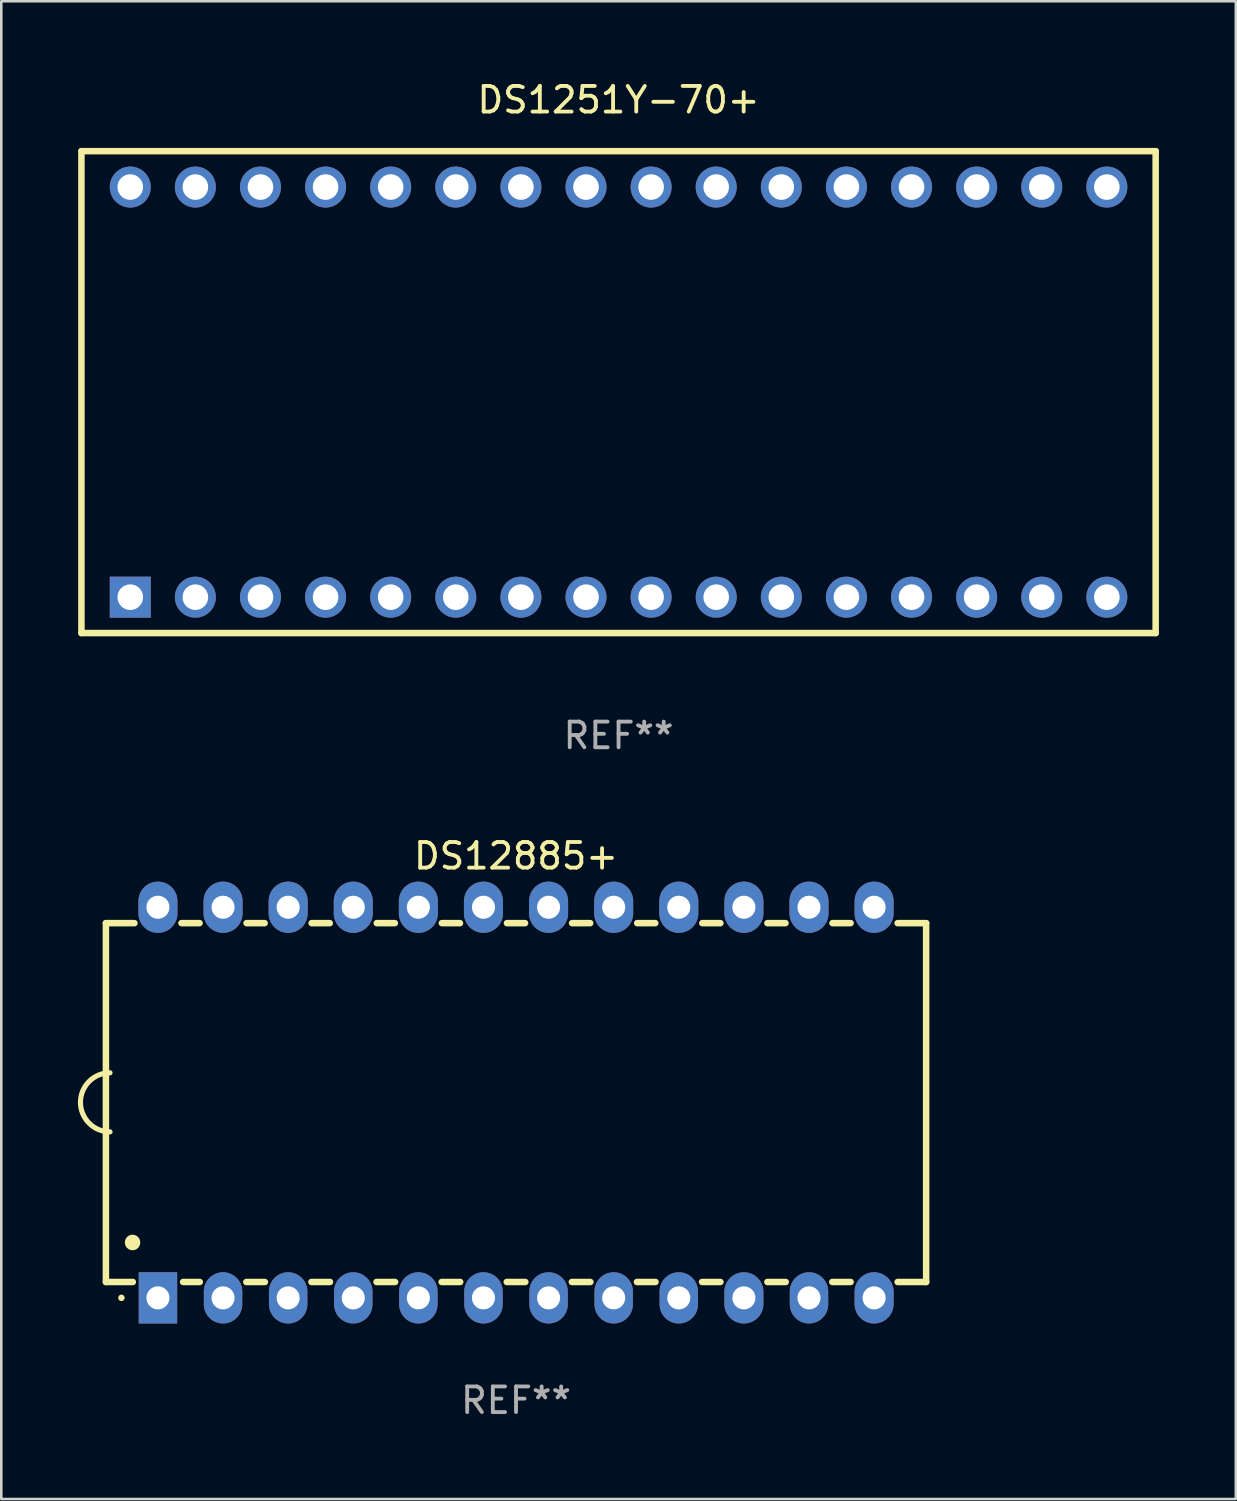
<source format=kicad_pcb>
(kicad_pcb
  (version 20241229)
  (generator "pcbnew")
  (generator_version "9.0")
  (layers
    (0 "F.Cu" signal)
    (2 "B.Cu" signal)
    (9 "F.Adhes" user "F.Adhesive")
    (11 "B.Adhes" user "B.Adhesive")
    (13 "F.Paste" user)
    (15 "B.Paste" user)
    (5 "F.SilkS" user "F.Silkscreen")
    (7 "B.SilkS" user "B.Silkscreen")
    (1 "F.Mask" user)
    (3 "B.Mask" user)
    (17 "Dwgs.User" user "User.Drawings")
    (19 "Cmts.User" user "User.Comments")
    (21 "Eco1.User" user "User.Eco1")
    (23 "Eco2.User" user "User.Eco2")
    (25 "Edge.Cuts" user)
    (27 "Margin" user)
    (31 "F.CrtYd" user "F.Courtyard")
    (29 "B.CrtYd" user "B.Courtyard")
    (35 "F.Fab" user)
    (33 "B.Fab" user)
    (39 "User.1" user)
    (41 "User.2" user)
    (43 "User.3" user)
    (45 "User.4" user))
  (footprint "DS1251Y-70+"
    (layer "F.Cu")
    (at 21.082 12.248)
    (property "Reference" "DS1251Y-70+" (at 0 -11.4 0) (layer "F.SilkS") (effects (font (size 1 1) (thickness 0.15))))
    (attr through_hole)
    (fp_line (start -20.955 -9.4) (end -20.955 9.4) (stroke (width 0.254) (type solid)) (layer "F.SilkS"))
    (fp_line (start -20.955 -9.4) (end 20.955 -9.4) (stroke (width 0.254) (type solid)) (layer "F.SilkS"))
    (fp_line (start -20.955 9.4) (end 20.955 9.4) (stroke (width 0.254) (type solid)) (layer "F.SilkS"))
    (fp_line (start 20.955 -9.4) (end 20.955 9.4) (stroke (width 0.254) (type solid)) (layer "F.SilkS"))
    (fp_text user "REF**" (at 0 13.4 0) (layer "F.Fab") (effects (font (size 1 1) (thickness 0.15))))
    (pad "1" thru_hole rect (at -19.05 8) (size 1.6 1.6) (drill 1) (layers "*.Cu" "*.Mask"))
    (pad "2" thru_hole circle (at -16.51 8) (size 1.6 1.6) (drill 1) (layers "*.Cu" "*.Mask"))
    (pad "3" thru_hole circle (at -13.97 8) (size 1.6 1.6) (drill 1) (layers "*.Cu" "*.Mask"))
    (pad "4" thru_hole circle (at -11.43 8) (size 1.6 1.6) (drill 1) (layers "*.Cu" "*.Mask"))
    (pad "5" thru_hole circle (at -8.89 8) (size 1.6 1.6) (drill 1) (layers "*.Cu" "*.Mask"))
    (pad "6" thru_hole circle (at -6.35 8) (size 1.6 1.6) (drill 1) (layers "*.Cu" "*.Mask"))
    (pad "7" thru_hole circle (at -3.81 8) (size 1.6 1.6) (drill 1) (layers "*.Cu" "*.Mask"))
    (pad "8" thru_hole circle (at -1.27 8) (size 1.6 1.6) (drill 1) (layers "*.Cu" "*.Mask"))
    (pad "9" thru_hole circle (at 1.27 8) (size 1.6 1.6) (drill 1) (layers "*.Cu" "*.Mask"))
    (pad "10" thru_hole circle (at 3.81 8) (size 1.6 1.6) (drill 1) (layers "*.Cu" "*.Mask"))
    (pad "11" thru_hole circle (at 6.35 8) (size 1.6 1.6) (drill 1) (layers "*.Cu" "*.Mask"))
    (pad "12" thru_hole circle (at 8.89 8) (size 1.6 1.6) (drill 1) (layers "*.Cu" "*.Mask"))
    (pad "13" thru_hole circle (at 11.43 8) (size 1.6 1.6) (drill 1) (layers "*.Cu" "*.Mask"))
    (pad "14" thru_hole circle (at 13.97 8) (size 1.6 1.6) (drill 1) (layers "*.Cu" "*.Mask"))
    (pad "15" thru_hole circle (at 16.51 8) (size 1.6 1.6) (drill 1) (layers "*.Cu" "*.Mask"))
    (pad "16" thru_hole circle (at 19.05 8) (size 1.6 1.6) (drill 1) (layers "*.Cu" "*.Mask"))
    (pad "17" thru_hole circle (at 19.05 -8) (size 1.6 1.6) (drill 1) (layers "*.Cu" "*.Mask"))
    (pad "18" thru_hole circle (at 16.51 -8) (size 1.6 1.6) (drill 1) (layers "*.Cu" "*.Mask"))
    (pad "19" thru_hole circle (at 13.97 -8) (size 1.6 1.6) (drill 1) (layers "*.Cu" "*.Mask"))
    (pad "20" thru_hole circle (at 11.43 -8) (size 1.6 1.6) (drill 1) (layers "*.Cu" "*.Mask"))
    (pad "21" thru_hole circle (at 8.89 -8) (size 1.6 1.6) (drill 1) (layers "*.Cu" "*.Mask"))
    (pad "22" thru_hole circle (at 6.35 -8) (size 1.6 1.6) (drill 1) (layers "*.Cu" "*.Mask"))
    (pad "23" thru_hole circle (at 3.81 -8) (size 1.6 1.6) (drill 1) (layers "*.Cu" "*.Mask"))
    (pad "24" thru_hole circle (at 1.27 -8) (size 1.6 1.6) (drill 1) (layers "*.Cu" "*.Mask"))
    (pad "25" thru_hole circle (at -1.27 -8) (size 1.6 1.6) (drill 1) (layers "*.Cu" "*.Mask"))
    (pad "26" thru_hole circle (at -3.81 -8) (size 1.6 1.6) (drill 1) (layers "*.Cu" "*.Mask"))
    (pad "27" thru_hole circle (at -6.35 -8) (size 1.6 1.6) (drill 1) (layers "*.Cu" "*.Mask"))
    (pad "28" thru_hole circle (at -8.89 -8) (size 1.6 1.6) (drill 1) (layers "*.Cu" "*.Mask"))
    (pad "29" thru_hole circle (at -11.43 -8) (size 1.6 1.6) (drill 1) (layers "*.Cu" "*.Mask"))
    (pad "30" thru_hole circle (at -13.97 -8) (size 1.6 1.6) (drill 1) (layers "*.Cu" "*.Mask"))
    (pad "31" thru_hole circle (at -16.51 -8) (size 1.6 1.6) (drill 1) (layers "*.Cu" "*.Mask"))
    (pad "32" thru_hole circle (at -19.05 -8) (size 1.6 1.6) (drill 1) (layers "*.Cu" "*.Mask")))
  (footprint "DS12885+"
    (layer "F.Cu")
    (at 17.082 39.965)
    (property "Reference" "DS12885+" (at 0 -9.62 0) (layer "F.SilkS") (effects (font (size 1 1) (thickness 0.15))))
    (attr through_hole)
    (fp_line (start -16 -7) (end -16 7) (stroke (width 0.254) (type solid)) (layer "F.SilkS"))
    (fp_line (start -16 7) (end -14.951 7) (stroke (width 0.254) (type solid)) (layer "F.SilkS"))
    (fp_line (start -14.887 -7) (end -16 -7) (stroke (width 0.254) (type solid)) (layer "F.SilkS"))
    (fp_line (start -12.989 7) (end -12.339 7) (stroke (width 0.254) (type solid)) (layer "F.SilkS"))
    (fp_line (start -12.347 -7) (end -13.053 -7) (stroke (width 0.254) (type solid)) (layer "F.SilkS"))
    (fp_line (start -10.522 7) (end -9.799 7) (stroke (width 0.254) (type solid)) (layer "F.SilkS"))
    (fp_line (start -9.807 -7) (end -10.513 -7) (stroke (width 0.254) (type solid)) (layer "F.SilkS"))
    (fp_line (start -7.982 7) (end -7.258 7) (stroke (width 0.254) (type solid)) (layer "F.SilkS"))
    (fp_line (start -7.267 -7) (end -7.973 -7) (stroke (width 0.254) (type solid)) (layer "F.SilkS"))
    (fp_line (start -5.442 7) (end -4.718 7) (stroke (width 0.254) (type solid)) (layer "F.SilkS"))
    (fp_line (start -4.727 -7) (end -5.433 -7) (stroke (width 0.254) (type solid)) (layer "F.SilkS"))
    (fp_line (start -2.902 7) (end -2.178 7) (stroke (width 0.254) (type solid)) (layer "F.SilkS"))
    (fp_line (start -2.187 -7) (end -2.893 -7) (stroke (width 0.254) (type solid)) (layer "F.SilkS"))
    (fp_line (start -0.362 7) (end 0.362 7) (stroke (width 0.254) (type solid)) (layer "F.SilkS"))
    (fp_line (start 0.353 -7) (end -0.353 -7) (stroke (width 0.254) (type solid)) (layer "F.SilkS"))
    (fp_line (start 2.178 7) (end 2.902 7) (stroke (width 0.254) (type solid)) (layer "F.SilkS"))
    (fp_line (start 2.893 -7) (end 2.187 -7) (stroke (width 0.254) (type solid)) (layer "F.SilkS"))
    (fp_line (start 4.718 7) (end 5.442 7) (stroke (width 0.254) (type solid)) (layer "F.SilkS"))
    (fp_line (start 5.433 -7) (end 4.727 -7) (stroke (width 0.254) (type solid)) (layer "F.SilkS"))
    (fp_line (start 7.258 7) (end 7.974 7) (stroke (width 0.254) (type solid)) (layer "F.SilkS"))
    (fp_line (start 7.973 -7) (end 7.267 -7) (stroke (width 0.254) (type solid)) (layer "F.SilkS"))
    (fp_line (start 9.807 7) (end 10.522 7) (stroke (width 0.254) (type solid)) (layer "F.SilkS"))
    (fp_line (start 10.513 -7) (end 9.807 -7) (stroke (width 0.254) (type solid)) (layer "F.SilkS"))
    (fp_line (start 12.339 7) (end 13.054 7) (stroke (width 0.254) (type solid)) (layer "F.SilkS"))
    (fp_line (start 13.053 -7) (end 12.347 -7) (stroke (width 0.254) (type solid)) (layer "F.SilkS"))
    (fp_line (start 14.887 7) (end 16 7) (stroke (width 0.254) (type solid)) (layer "F.SilkS"))
    (fp_line (start 16 -7) (end 14.887 -7) (stroke (width 0.254) (type solid)) (layer "F.SilkS"))
    (fp_line (start 16 -7) (end 16 7) (stroke (width 0.254) (type solid)) (layer "F.SilkS"))
    (fp_arc (start -15.840665 1.142901) (mid -16.981638 -0.008991) (end -15.840667 -1.160885) (stroke (width 0.2) (type solid)) (layer "F.SilkS"))
    (fp_arc (start -15.394869 7.619914) (mid -15.394876 7.618644) (end -15.394869 7.617374) (stroke (width 0.25) (type solid)) (layer "F.SilkS"))
    (fp_arc (start -14.960528 5.460909) (mid -14.960539 5.458369) (end -14.960528 5.455829) (stroke (width 0.6) (type solid)) (layer "F.SilkS"))
    (fp_text user "REF**" (at 0 11.62 0) (layer "F.Fab") (effects (font (size 1 1) (thickness 0.15))))
    (pad "1" thru_hole rect (at -13.97 7.62 90) (size 2 1.5) (drill 0.9) (layers "*.Cu" "*.Mask"))
    (pad "2" thru_hole oval (at -11.43 7.62 90) (size 2 1.5) (drill 0.9) (layers "*.Cu" "*.Mask"))
    (pad "3" thru_hole oval (at -8.89 7.62 90) (size 2 1.5) (drill 0.9) (layers "*.Cu" "*.Mask"))
    (pad "4" thru_hole oval (at -6.35 7.62 90) (size 2 1.5) (drill 0.9) (layers "*.Cu" "*.Mask"))
    (pad "5" thru_hole oval (at -3.81 7.62 90) (size 2 1.5) (drill 0.9) (layers "*.Cu" "*.Mask"))
    (pad "6" thru_hole oval (at -1.27 7.62 90) (size 2 1.5) (drill 0.9) (layers "*.Cu" "*.Mask"))
    (pad "7" thru_hole oval (at 1.27 7.62 90) (size 2 1.5) (drill 0.9) (layers "*.Cu" "*.Mask"))
    (pad "8" thru_hole oval (at 3.81 7.62 90) (size 2 1.5) (drill 0.9) (layers "*.Cu" "*.Mask"))
    (pad "9" thru_hole oval (at 6.35 7.62 90) (size 2 1.5) (drill 0.9) (layers "*.Cu" "*.Mask"))
    (pad "10" thru_hole oval (at 8.89 7.62 90) (size 2 1.524) (drill 0.9) (layers "*.Cu" "*.Mask"))
    (pad "11" thru_hole oval (at 11.43 7.62 90) (size 2 1.5) (drill 0.9) (layers "*.Cu" "*.Mask"))
    (pad "12" thru_hole oval (at 13.97 7.62 90) (size 2 1.524) (drill 0.9) (layers "*.Cu" "*.Mask"))
    (pad "13" thru_hole oval (at 13.97 -7.62 90) (size 2 1.524) (drill 0.9) (layers "*.Cu" "*.Mask"))
    (pad "14" thru_hole oval (at 11.43 -7.62 90) (size 2 1.524) (drill 0.9) (layers "*.Cu" "*.Mask"))
    (pad "15" thru_hole oval (at 8.89 -7.62 90) (size 2 1.524) (drill 0.9) (layers "*.Cu" "*.Mask"))
    (pad "16" thru_hole oval (at 6.35 -7.62 90) (size 2 1.524) (drill 0.9) (layers "*.Cu" "*.Mask"))
    (pad "17" thru_hole oval (at 3.81 -7.62 90) (size 2 1.524) (drill 0.9) (layers "*.Cu" "*.Mask"))
    (pad "18" thru_hole oval (at 1.27 -7.62 90) (size 2 1.524) (drill 0.9) (layers "*.Cu" "*.Mask"))
    (pad "19" thru_hole oval (at -1.27 -7.62 90) (size 2 1.524) (drill 0.9) (layers "*.Cu" "*.Mask"))
    (pad "20" thru_hole oval (at -3.81 -7.62 90) (size 2 1.524) (drill 0.9) (layers "*.Cu" "*.Mask"))
    (pad "21" thru_hole oval (at -6.35 -7.62 90) (size 2 1.524) (drill 0.9) (layers "*.Cu" "*.Mask"))
    (pad "22" thru_hole oval (at -8.89 -7.62 90) (size 2 1.524) (drill 0.9) (layers "*.Cu" "*.Mask"))
    (pad "23" thru_hole oval (at -11.43 -7.62 90) (size 2 1.524) (drill 0.9) (layers "*.Cu" "*.Mask"))
    (pad "24" thru_hole oval (at -13.97 -7.62 90) (size 2 1.524) (drill 0.9) (layers "*.Cu" "*.Mask")))
  (gr_rect
    (start -3 -3)
    (end 45.164 55.433)
    (stroke (width 0.1) (type default))
    (fill no)
    (layer "Edge.Cuts")))
</source>
